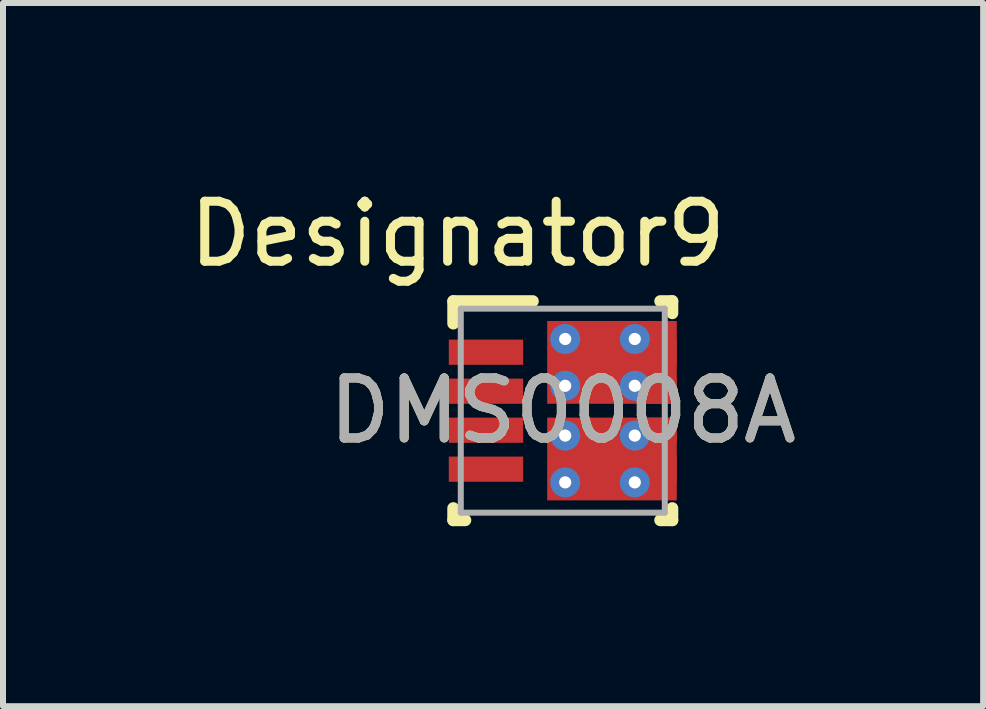
<source format=kicad_pcb>
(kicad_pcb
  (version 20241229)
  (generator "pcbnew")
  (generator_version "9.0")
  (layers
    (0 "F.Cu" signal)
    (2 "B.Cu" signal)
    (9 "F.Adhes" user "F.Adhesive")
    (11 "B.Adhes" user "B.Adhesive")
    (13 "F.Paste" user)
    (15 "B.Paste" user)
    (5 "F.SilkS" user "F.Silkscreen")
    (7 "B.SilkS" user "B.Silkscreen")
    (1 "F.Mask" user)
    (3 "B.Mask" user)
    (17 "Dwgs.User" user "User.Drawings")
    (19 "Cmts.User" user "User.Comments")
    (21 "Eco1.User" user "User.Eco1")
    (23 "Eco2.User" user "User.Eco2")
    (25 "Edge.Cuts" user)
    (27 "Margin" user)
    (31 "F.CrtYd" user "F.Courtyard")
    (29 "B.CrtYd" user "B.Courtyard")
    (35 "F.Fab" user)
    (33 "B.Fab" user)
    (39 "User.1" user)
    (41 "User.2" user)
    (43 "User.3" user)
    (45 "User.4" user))
  (footprint "DMS0008A"
    (layer "F.Cu")
    (at 6.33 3.795)
    (property "Reference" "DMS0008A" (at 0 0 0) (unlocked yes) (layer "F.SilkS") (effects (font (size 1 1) (thickness 0.15))))
    (attr smd)
    (fp_poly (pts (xy -0.21 -0.223) (xy -0.21 -1.387) (xy -0.209 -1.399) (xy -0.206 -1.409) (xy -0.2 -1.419) (xy -0.193 -1.428) (xy -0.184 -1.435) (xy -0.174 -1.441) (xy -0.164 -1.444) (xy -0.152 -1.445) (xy 1.392 -1.445) (xy 1.404 -1.444) (xy 1.414 -1.441) (xy 1.424 -1.435) (xy 1.433 -1.428) (xy 1.44 -1.419) (xy 1.446 -1.409) (xy 1.449 -1.399) (xy 1.45 -1.387) (xy 1.45 -0.223) (xy 1.449 -0.211) (xy 1.446 -0.201) (xy 1.44 -0.191) (xy 1.433 -0.182) (xy 1.424 -0.175) (xy 1.414 -0.169) (xy 1.404 -0.166) (xy 1.392 -0.165) (xy -0.152 -0.165) (xy -0.164 -0.166) (xy -0.174 -0.169) (xy -0.184 -0.175) (xy -0.193 -0.182) (xy -0.2 -0.191) (xy -0.206 -0.201) (xy -0.209 -0.211)) (stroke (width 0) (type solid)) (fill yes) (layer "F.Mask"))
    (fp_poly (pts (xy -0.21 1.387) (xy -0.21 0.223) (xy -0.209 0.211) (xy -0.206 0.201) (xy -0.2 0.191) (xy -0.193 0.182) (xy -0.184 0.175) (xy -0.174 0.169) (xy -0.164 0.166) (xy -0.152 0.165) (xy 1.392 0.165) (xy 1.404 0.166) (xy 1.414 0.169) (xy 1.424 0.175) (xy 1.433 0.182) (xy 1.44 0.191) (xy 1.446 0.201) (xy 1.449 0.211) (xy 1.45 0.223) (xy 1.45 1.387) (xy 1.449 1.399) (xy 1.446 1.409) (xy 1.44 1.419) (xy 1.433 1.428) (xy 1.424 1.435) (xy 1.414 1.441) (xy 1.404 1.444) (xy 1.392 1.445) (xy -0.152 1.445) (xy -0.164 1.444) (xy -0.174 1.441) (xy -0.184 1.435) (xy -0.193 1.428) (xy -0.2 1.419) (xy -0.206 1.409) (xy -0.209 1.399)) (stroke (width 0) (type solid)) (fill yes) (layer "F.Mask"))
    (fp_poly (pts (xy 1.125 -0.868) (xy 1.125 -1.082) (xy 1.126 -1.093) (xy 1.129 -1.102) (xy 1.134 -1.112) (xy 1.14 -1.12) (xy 1.148 -1.126) (xy 1.158 -1.131) (xy 1.167 -1.134) (xy 1.178 -1.135) (xy 1.572 -1.135) (xy 1.582 -1.134) (xy 1.592 -1.131) (xy 1.602 -1.126) (xy 1.61 -1.12) (xy 1.616 -1.112) (xy 1.621 -1.102) (xy 1.624 -1.093) (xy 1.625 -1.082) (xy 1.625 -0.868) (xy 1.624 -0.857) (xy 1.621 -0.848) (xy 1.616 -0.838) (xy 1.61 -0.83) (xy 1.602 -0.824) (xy 1.592 -0.819) (xy 1.582 -0.816) (xy 1.572 -0.815) (xy 1.178 -0.815) (xy 1.167 -0.816) (xy 1.158 -0.819) (xy 1.148 -0.824) (xy 1.14 -0.83) (xy 1.134 -0.838) (xy 1.129 -0.848) (xy 1.126 -0.857)) (stroke (width 0) (type solid)) (fill yes) (layer "F.Mask"))
    (fp_poly (pts (xy 1.125 -0.218) (xy 1.125 -0.432) (xy 1.126 -0.442) (xy 1.129 -0.452) (xy 1.134 -0.462) (xy 1.14 -0.47) (xy 1.148 -0.476) (xy 1.158 -0.481) (xy 1.167 -0.484) (xy 1.178 -0.485) (xy 1.572 -0.485) (xy 1.582 -0.484) (xy 1.592 -0.481) (xy 1.602 -0.476) (xy 1.61 -0.47) (xy 1.616 -0.462) (xy 1.621 -0.452) (xy 1.624 -0.442) (xy 1.625 -0.432) (xy 1.625 -0.218) (xy 1.624 -0.207) (xy 1.621 -0.198) (xy 1.616 -0.188) (xy 1.61 -0.18) (xy 1.602 -0.174) (xy 1.592 -0.169) (xy 1.582 -0.166) (xy 1.572 -0.165) (xy 1.178 -0.165) (xy 1.167 -0.166) (xy 1.158 -0.169) (xy 1.148 -0.174) (xy 1.14 -0.18) (xy 1.134 -0.188) (xy 1.129 -0.198) (xy 1.126 -0.207)) (stroke (width 0) (type solid)) (fill yes) (layer "F.Mask"))
    (fp_poly (pts (xy 1.125 0.432) (xy 1.125 0.218) (xy 1.126 0.207) (xy 1.129 0.198) (xy 1.134 0.188) (xy 1.14 0.18) (xy 1.148 0.174) (xy 1.158 0.169) (xy 1.167 0.166) (xy 1.178 0.165) (xy 1.572 0.165) (xy 1.582 0.166) (xy 1.592 0.169) (xy 1.602 0.174) (xy 1.61 0.18) (xy 1.616 0.188) (xy 1.621 0.198) (xy 1.624 0.207) (xy 1.625 0.218) (xy 1.625 0.432) (xy 1.624 0.442) (xy 1.621 0.452) (xy 1.616 0.462) (xy 1.61 0.47) (xy 1.602 0.476) (xy 1.592 0.481) (xy 1.582 0.484) (xy 1.572 0.485) (xy 1.178 0.485) (xy 1.167 0.484) (xy 1.158 0.481) (xy 1.148 0.476) (xy 1.14 0.47) (xy 1.134 0.462) (xy 1.129 0.452) (xy 1.126 0.442)) (stroke (width 0) (type solid)) (fill yes) (layer "F.Mask"))
    (fp_poly (pts (xy 1.125 1.082) (xy 1.125 0.868) (xy 1.126 0.857) (xy 1.129 0.848) (xy 1.134 0.838) (xy 1.14 0.83) (xy 1.148 0.824) (xy 1.158 0.819) (xy 1.167 0.816) (xy 1.178 0.815) (xy 1.572 0.815) (xy 1.582 0.816) (xy 1.592 0.819) (xy 1.602 0.824) (xy 1.61 0.83) (xy 1.616 0.838) (xy 1.621 0.848) (xy 1.624 0.857) (xy 1.625 0.868) (xy 1.625 1.082) (xy 1.624 1.093) (xy 1.621 1.102) (xy 1.616 1.112) (xy 1.61 1.12) (xy 1.602 1.126) (xy 1.592 1.131) (xy 1.582 1.134) (xy 1.572 1.135) (xy 1.178 1.135) (xy 1.167 1.134) (xy 1.158 1.131) (xy 1.148 1.126) (xy 1.14 1.12) (xy 1.134 1.112) (xy 1.129 1.102) (xy 1.126 1.093)) (stroke (width 0) (type solid)) (fill yes) (layer "F.Mask"))
    (fp_line (start -1.825 -1.825) (end -0.5 -1.825) (stroke (width 0.2) (type solid)) (layer "F.SilkS"))
    (fp_line (start -1.825 -1.453) (end -1.825 -1.825) (stroke (width 0.2) (type solid)) (layer "F.SilkS"))
    (fp_line (start -1.825 1.825) (end -1.825 1.625) (stroke (width 0.2) (type solid)) (layer "F.SilkS"))
    (fp_line (start -1.825 1.825) (end -1.625 1.825) (stroke (width 0.2) (type solid)) (layer "F.SilkS"))
    (fp_line (start 1.625 -1.825) (end 1.825 -1.825) (stroke (width 0.2) (type solid)) (layer "F.SilkS"))
    (fp_line (start 1.625 1.825) (end 1.825 1.825) (stroke (width 0.2) (type solid)) (layer "F.SilkS"))
    (fp_line (start 1.825 -1.625) (end 1.825 -1.825) (stroke (width 0.2) (type solid)) (layer "F.SilkS"))
    (fp_line (start 1.825 1.825) (end 1.825 1.625) (stroke (width 0.2) (type solid)) (layer "F.SilkS"))
    (fp_poly (pts (xy -1.8 -1.135) (xy -0.93 -1.135) (xy -0.92 -1.134) (xy -0.911 -1.131) (xy -0.902 -1.127) (xy -0.895 -1.12) (xy -0.888 -1.113) (xy -0.884 -1.104) (xy -0.881 -1.095) (xy -0.88 -1.085) (xy -0.88 -0.865) (xy -0.881 -0.855) (xy -0.884 -0.846) (xy -0.888 -0.837) (xy -0.895 -0.83) (xy -0.902 -0.823) (xy -0.911 -0.819) (xy -0.92 -0.816) (xy -0.93 -0.815) (xy -1.8 -0.815) (xy -1.81 -0.816) (xy -1.819 -0.819) (xy -1.828 -0.823) (xy -1.835 -0.83) (xy -1.842 -0.837) (xy -1.846 -0.846) (xy -1.849 -0.855) (xy -1.85 -0.865) (xy -1.85 -1.085) (xy -1.849 -1.095) (xy -1.846 -1.104) (xy -1.842 -1.113) (xy -1.835 -1.12) (xy -1.828 -1.127) (xy -1.819 -1.131) (xy -1.81 -1.134)) (stroke (width 0) (type solid)) (fill yes) (layer "F.Paste"))
    (fp_poly (pts (xy -1.8 -0.485) (xy -0.93 -0.485) (xy -0.92 -0.484) (xy -0.911 -0.481) (xy -0.902 -0.477) (xy -0.895 -0.47) (xy -0.888 -0.463) (xy -0.884 -0.454) (xy -0.881 -0.445) (xy -0.88 -0.435) (xy -0.88 -0.215) (xy -0.881 -0.205) (xy -0.884 -0.196) (xy -0.888 -0.187) (xy -0.895 -0.18) (xy -0.902 -0.173) (xy -0.911 -0.169) (xy -0.92 -0.166) (xy -0.93 -0.165) (xy -1.8 -0.165) (xy -1.81 -0.166) (xy -1.819 -0.169) (xy -1.828 -0.173) (xy -1.835 -0.18) (xy -1.842 -0.187) (xy -1.846 -0.196) (xy -1.849 -0.205) (xy -1.85 -0.215) (xy -1.85 -0.435) (xy -1.849 -0.445) (xy -1.846 -0.454) (xy -1.842 -0.463) (xy -1.835 -0.47) (xy -1.828 -0.477) (xy -1.819 -0.481) (xy -1.81 -0.484)) (stroke (width 0) (type solid)) (fill yes) (layer "F.Paste"))
    (fp_poly (pts (xy -1.8 0.165) (xy -0.93 0.165) (xy -0.92 0.166) (xy -0.911 0.169) (xy -0.902 0.173) (xy -0.895 0.18) (xy -0.888 0.187) (xy -0.884 0.196) (xy -0.881 0.205) (xy -0.88 0.215) (xy -0.88 0.435) (xy -0.881 0.445) (xy -0.884 0.454) (xy -0.888 0.463) (xy -0.895 0.47) (xy -0.902 0.477) (xy -0.911 0.481) (xy -0.92 0.484) (xy -0.93 0.485) (xy -1.8 0.485) (xy -1.81 0.484) (xy -1.819 0.481) (xy -1.828 0.477) (xy -1.835 0.47) (xy -1.842 0.463) (xy -1.846 0.454) (xy -1.849 0.445) (xy -1.85 0.435) (xy -1.85 0.215) (xy -1.849 0.205) (xy -1.846 0.196) (xy -1.842 0.187) (xy -1.835 0.18) (xy -1.828 0.173) (xy -1.819 0.169) (xy -1.81 0.166)) (stroke (width 0) (type solid)) (fill yes) (layer "F.Paste"))
    (fp_poly (pts (xy -1.8 0.815) (xy -0.93 0.815) (xy -0.92 0.816) (xy -0.911 0.819) (xy -0.902 0.823) (xy -0.895 0.83) (xy -0.888 0.837) (xy -0.884 0.846) (xy -0.881 0.855) (xy -0.88 0.865) (xy -0.88 1.085) (xy -0.881 1.095) (xy -0.884 1.104) (xy -0.888 1.113) (xy -0.895 1.12) (xy -0.902 1.127) (xy -0.911 1.131) (xy -0.92 1.134) (xy -0.93 1.135) (xy -1.8 1.135) (xy -1.81 1.134) (xy -1.819 1.131) (xy -1.828 1.127) (xy -1.835 1.12) (xy -1.842 1.113) (xy -1.846 1.104) (xy -1.849 1.095) (xy -1.85 1.085) (xy -1.85 0.865) (xy -1.849 0.855) (xy -1.846 0.846) (xy -1.842 0.837) (xy -1.835 0.83) (xy -1.828 0.823) (xy -1.819 0.819) (xy -1.81 0.816)) (stroke (width 0) (type solid)) (fill yes) (layer "F.Paste"))
    (fp_poly (pts (xy -0.21 -0.264) (xy -0.21 -1.346) (xy -0.209 -1.357) (xy -0.206 -1.367) (xy -0.201 -1.376) (xy -0.194 -1.384) (xy -0.186 -1.391) (xy -0.177 -1.396) (xy -0.167 -1.399) (xy -0.156 -1.4) (xy 1.256 -1.4) (xy 1.267 -1.399) (xy 1.277 -1.396) (xy 1.286 -1.391) (xy 1.294 -1.384) (xy 1.301 -1.376) (xy 1.306 -1.367) (xy 1.309 -1.357) (xy 1.31 -1.346) (xy 1.31 -0.264) (xy 1.309 -0.253) (xy 1.306 -0.243) (xy 1.301 -0.234) (xy 1.294 -0.226) (xy 1.286 -0.219) (xy 1.277 -0.214) (xy 1.267 -0.211) (xy 1.256 -0.21) (xy -0.156 -0.21) (xy -0.167 -0.211) (xy -0.177 -0.214) (xy -0.186 -0.219) (xy -0.194 -0.226) (xy -0.201 -0.234) (xy -0.206 -0.243) (xy -0.209 -0.253)) (stroke (width 0) (type solid)) (fill yes) (layer "F.Paste"))
    (fp_poly (pts (xy -0.21 1.346) (xy -0.21 0.264) (xy -0.209 0.253) (xy -0.206 0.243) (xy -0.201 0.234) (xy -0.194 0.226) (xy -0.186 0.219) (xy -0.177 0.214) (xy -0.167 0.211) (xy -0.156 0.21) (xy 1.256 0.21) (xy 1.267 0.211) (xy 1.277 0.214) (xy 1.286 0.219) (xy 1.294 0.226) (xy 1.301 0.234) (xy 1.306 0.243) (xy 1.309 0.253) (xy 1.31 0.264) (xy 1.31 1.346) (xy 1.309 1.357) (xy 1.306 1.367) (xy 1.301 1.376) (xy 1.294 1.384) (xy 1.286 1.391) (xy 1.277 1.396) (xy 1.267 1.399) (xy 1.256 1.4) (xy -0.156 1.4) (xy -0.167 1.399) (xy -0.177 1.396) (xy -0.186 1.391) (xy -0.194 1.384) (xy -0.201 1.376) (xy -0.206 1.367) (xy -0.209 1.357)) (stroke (width 0) (type solid)) (fill yes) (layer "F.Paste"))
    (fp_line (start -1.7 -1.7) (end 1.7 -1.7) (stroke (width 0.1) (type solid)) (layer "F.Fab"))
    (fp_line (start -1.7 1.7) (end -1.7 -1.7) (stroke (width 0.1) (type solid)) (layer "F.Fab"))
    (fp_line (start -1.7 1.7) (end 1.7 1.7) (stroke (width 0.1) (type solid)) (layer "F.Fab"))
    (fp_line (start 1.7 1.7) (end 1.7 -1.7) (stroke (width 0.1) (type solid)) (layer "F.Fab"))
    (fp_text user "Designator9" (at -1.753 -2.946 0) (unlocked yes) (layer "F.SilkS") (effects (font (size 1 1) (thickness 0.15))))
    (fp_text user "${REFERENCE}" (at 0 0 0) (unlocked yes) (layer "F.Fab") (effects (font (size 1 1) (thickness 0.15))))
    (pad "1" smd rect (at -1.28 -0.975 90) (size 0.42 1.24) (layers "F.Cu" "F.Mask"))
    (pad "2" smd rect (at -1.28 -0.325 90) (size 0.42 1.24) (layers "F.Cu" "F.Mask"))
    (pad "3" smd rect (at -1.28 0.325 90) (size 0.42 1.24) (layers "F.Cu" "F.Mask"))
    (pad "4" smd rect (at -1.28 0.975 90) (size 0.42 1.24) (layers "F.Cu" "F.Mask"))
    (pad "5" smd rect (at 1.655 0.975) (size 0.49 0.42) (layers "F.Cu" "F.Mask" "F.Paste"))
    (pad "6" smd rect (at 1.655 0.325) (size 0.49 0.42) (layers "F.Cu" "F.Mask" "F.Paste"))
    (pad "7" smd rect (at 1.655 -0.325) (size 0.49 0.42) (layers "F.Cu" "F.Mask" "F.Paste"))
    (pad "8" smd rect (at 1.655 -0.975) (size 0.49 0.42) (layers "F.Cu" "F.Mask" "F.Paste"))
    (pad "9" smd rect (at 0.82 -0.805) (size 2.16 1.38) (layers "F.Cu"))
    (pad "10" smd rect (at 0.82 0.805) (size 2.16 1.38) (layers "F.Cu"))
    (pad "V" thru_hole circle (at 0.04 -1.195) (size 0.5 0.5) (drill 0.203) (layers "*.Cu" "*.Mask"))
    (pad "V" thru_hole circle (at 0.04 -0.415) (size 0.5 0.5) (drill 0.203) (layers "*.Cu" "*.Mask"))
    (pad "V" thru_hole circle (at 0.04 0.415) (size 0.5 0.5) (drill 0.203) (layers "*.Cu" "*.Mask"))
    (pad "V" thru_hole circle (at 0.04 1.195) (size 0.5 0.5) (drill 0.203) (layers "*.Cu" "*.Mask"))
    (pad "V" thru_hole circle (at 1.2 -1.195) (size 0.5 0.5) (drill 0.203) (layers "*.Cu" "*.Mask"))
    (pad "V" thru_hole circle (at 1.2 -0.415) (size 0.5 0.5) (drill 0.203) (layers "*.Cu" "*.Mask"))
    (pad "V" thru_hole circle (at 1.2 0.415) (size 0.5 0.5) (drill 0.203) (layers "*.Cu" "*.Mask"))
    (pad "V" thru_hole circle (at 1.2 1.195) (size 0.5 0.5) (drill 0.203) (layers "*.Cu" "*.Mask")))
  (gr_rect
    (start -3 -3)
    (end 13.336 8.72)
    (stroke (width 0.1) (type default))
    (fill no)
    (layer "Edge.Cuts")))
</source>
